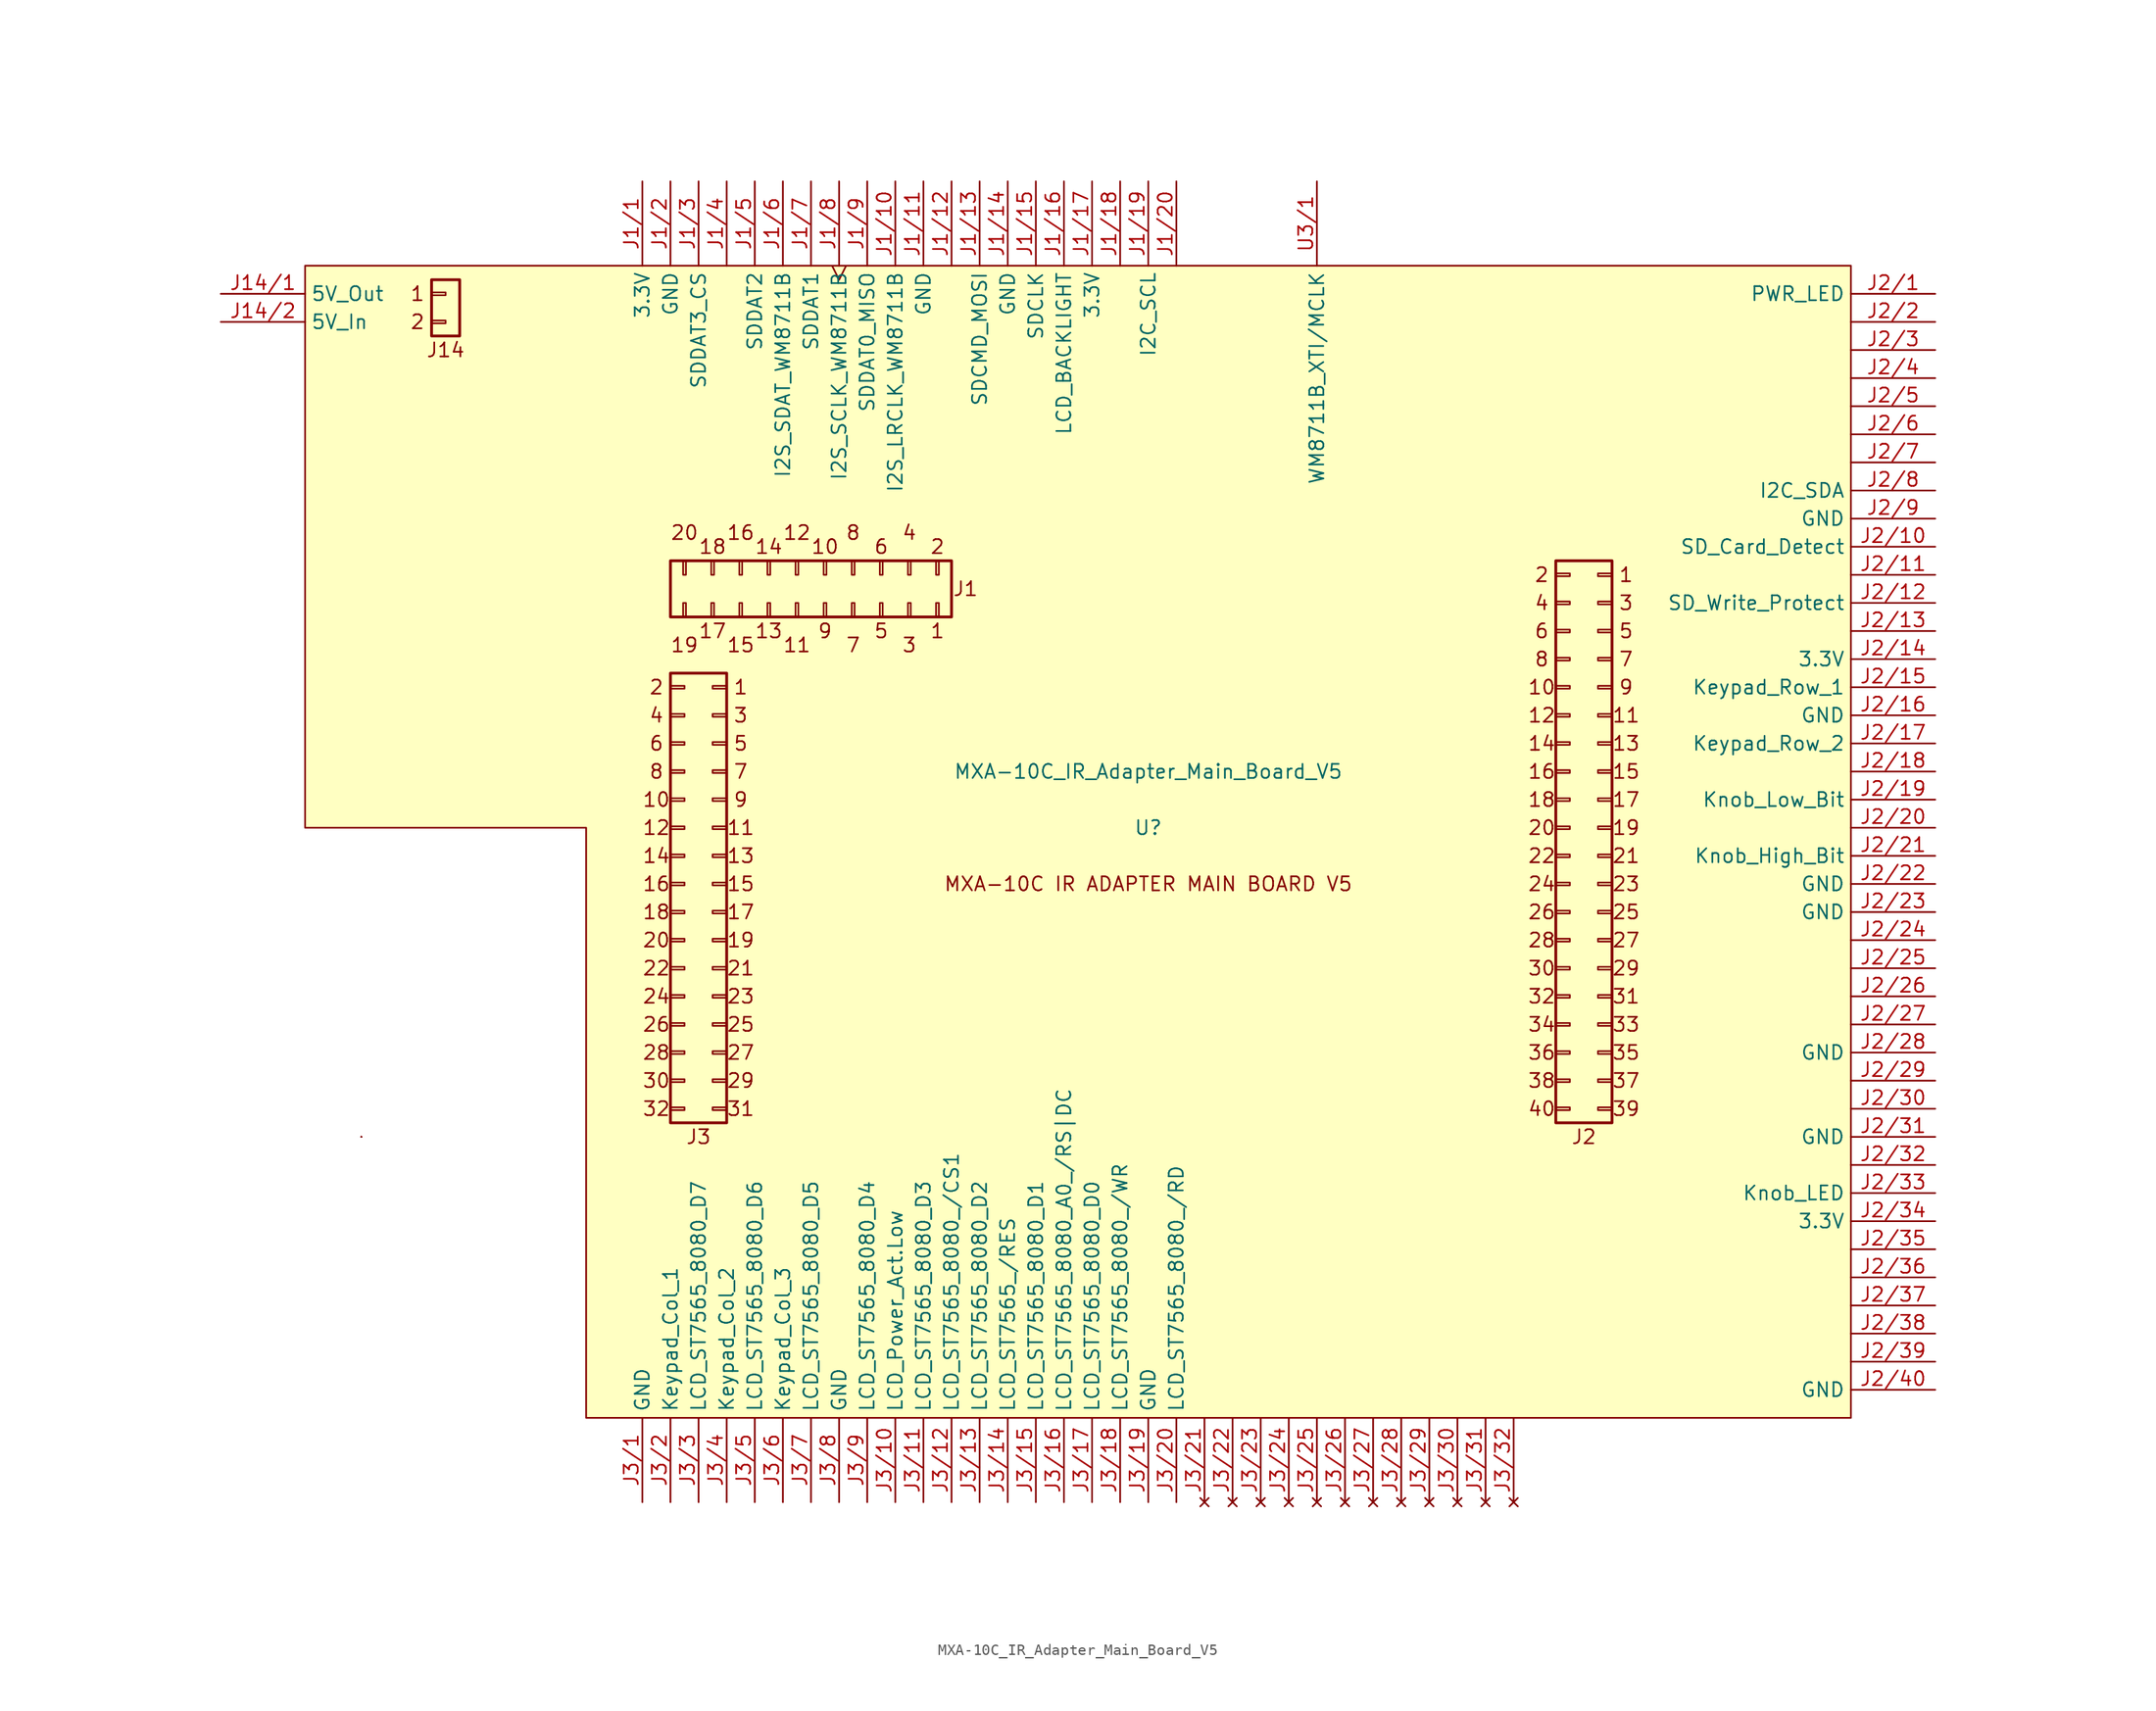
<source format=kicad_sym>
(kicad_symbol_lib
  (version 20211014)
  (generator kicad_symbol_editor)
  (symbol "MXA-10C_IR_Adapter_Main_Board_V5"
    (property "Reference" "U"
      (at 83.82 -58.42 0)
      (effects (font (size 1.27 1.27))))
    (property "Value" "MXA-10C_IR_Adapter_Main_Board_V5"
      (at 83.82 -53.34 0)
      (effects (font (size 1.27 1.27))))
    (symbol "MXA-10C_IR_Adapter_Main_Board_V5_0_0"
      (polyline (pts (xy 12.7 -86.36) (xy 12.7 -86.36)) (stroke (width 0) (type default) (color 0 0 0 0)) (fill (type none)))
      (polyline (pts (xy 12.7 -86.36) (xy 12.7 -86.36)) (stroke (width 0) (type default) (color 0 0 0 0)) (fill (type none)))
      (polyline (pts (xy 12.7 -86.36) (xy 12.7 -86.36)) (stroke (width 0) (type default) (color 0 0 0 0)) (fill (type none)))
      (rectangle (start 12.7 -86.36) (end 12.7 -86.36) (stroke (width 0) (type default) (color 0 0 0 0)) (fill (type none)))
      (rectangle (start 12.7 -86.36) (end 12.7 -86.36) (stroke (width 0) (type default) (color 0 0 0 0)) (fill (type none)))
      (text "1" (at 17.78 -10.16 0) (effects (font (size 1.27 1.27))))
      (text "1" (at 46.99 -45.72 0) (effects (font (size 1.27 1.27))))
      (text "1" (at 64.77 -40.64 0) (effects (font (size 1.27 1.27))))
      (text "1" (at 127 -35.56 0) (effects (font (size 1.27 1.27))))
      (text "10" (at 39.37 -55.88 0) (effects (font (size 1.27 1.27))))
      (text "10" (at 54.61 -33.02 0) (effects (font (size 1.27 1.27))))
      (text "10" (at 119.38 -45.72 0) (effects (font (size 1.27 1.27))))
      (text "11" (at 46.99 -58.42 0) (effects (font (size 1.27 1.27))))
      (text "11" (at 52.07 -41.91 0) (effects (font (size 1.27 1.27))))
      (text "11" (at 127 -48.26 0) (effects (font (size 1.27 1.27))))
      (text "12" (at 39.37 -58.42 0) (effects (font (size 1.27 1.27))))
      (text "12" (at 52.07 -31.75 0) (effects (font (size 1.27 1.27))))
      (text "12" (at 119.38 -48.26 0) (effects (font (size 1.27 1.27))))
      (text "13" (at 46.99 -60.96 0) (effects (font (size 1.27 1.27))))
      (text "13" (at 49.53 -40.64 0) (effects (font (size 1.27 1.27))))
      (text "13" (at 127 -50.8 0) (effects (font (size 1.27 1.27))))
      (text "14" (at 39.37 -60.96 0) (effects (font (size 1.27 1.27))))
      (text "14" (at 49.53 -33.02 0) (effects (font (size 1.27 1.27))))
      (text "14" (at 119.38 -50.8 0) (effects (font (size 1.27 1.27))))
      (text "15" (at 46.99 -63.5 0) (effects (font (size 1.27 1.27))))
      (text "15" (at 46.99 -41.91 0) (effects (font (size 1.27 1.27))))
      (text "15" (at 127 -53.34 0) (effects (font (size 1.27 1.27))))
      (text "16" (at 39.37 -63.5 0) (effects (font (size 1.27 1.27))))
      (text "16" (at 46.99 -31.75 0) (effects (font (size 1.27 1.27))))
      (text "16" (at 119.38 -53.34 0) (effects (font (size 1.27 1.27))))
      (text "17" (at 44.45 -40.64 0) (effects (font (size 1.27 1.27))))
      (text "17" (at 46.99 -66.04 0) (effects (font (size 1.27 1.27))))
      (text "17" (at 127 -55.88 0) (effects (font (size 1.27 1.27))))
      (text "18" (at 39.37 -66.04 0) (effects (font (size 1.27 1.27))))
      (text "18" (at 44.45 -33.02 0) (effects (font (size 1.27 1.27))))
      (text "18" (at 119.38 -55.88 0) (effects (font (size 1.27 1.27))))
      (text "19" (at 41.91 -41.91 0) (effects (font (size 1.27 1.27))))
      (text "19" (at 46.99 -68.58 0) (effects (font (size 1.27 1.27))))
      (text "19" (at 127 -58.42 0) (effects (font (size 1.27 1.27))))
      (text "2" (at 17.78 -12.7 0) (effects (font (size 1.27 1.27))))
      (text "2" (at 39.37 -45.72 0) (effects (font (size 1.27 1.27))))
      (text "2" (at 64.77 -33.02 0) (effects (font (size 1.27 1.27))))
      (text "2" (at 119.38 -35.56 0) (effects (font (size 1.27 1.27))))
      (text "20" (at 39.37 -68.58 0) (effects (font (size 1.27 1.27))))
      (text "20" (at 41.91 -31.75 0) (effects (font (size 1.27 1.27))))
      (text "20" (at 119.38 -58.42 0) (effects (font (size 1.27 1.27))))
      (text "21" (at 46.99 -71.12 0) (effects (font (size 1.27 1.27))))
      (text "21" (at 127 -60.96 0) (effects (font (size 1.27 1.27))))
      (text "22" (at 39.37 -71.12 0) (effects (font (size 1.27 1.27))))
      (text "22" (at 119.38 -60.96 0) (effects (font (size 1.27 1.27))))
      (text "23" (at 46.99 -73.66 0) (effects (font (size 1.27 1.27))))
      (text "23" (at 127 -63.5 0) (effects (font (size 1.27 1.27))))
      (text "24" (at 39.37 -73.66 0) (effects (font (size 1.27 1.27))))
      (text "24" (at 119.38 -63.5 0) (effects (font (size 1.27 1.27))))
      (text "25" (at 46.99 -76.2 0) (effects (font (size 1.27 1.27))))
      (text "25" (at 127 -66.04 0) (effects (font (size 1.27 1.27))))
      (text "26" (at 39.37 -76.2 0) (effects (font (size 1.27 1.27))))
      (text "26" (at 119.38 -66.04 0) (effects (font (size 1.27 1.27))))
      (text "27" (at 46.99 -78.74 0) (effects (font (size 1.27 1.27))))
      (text "27" (at 127 -68.58 0) (effects (font (size 1.27 1.27))))
      (text "28" (at 39.37 -78.74 0) (effects (font (size 1.27 1.27))))
      (text "28" (at 119.38 -68.58 0) (effects (font (size 1.27 1.27))))
      (text "29" (at 46.99 -81.28 0) (effects (font (size 1.27 1.27))))
      (text "29" (at 127 -71.12 0) (effects (font (size 1.27 1.27))))
      (text "3" (at 46.99 -48.26 0) (effects (font (size 1.27 1.27))))
      (text "3" (at 62.23 -41.91 0) (effects (font (size 1.27 1.27))))
      (text "3" (at 127 -38.1 0) (effects (font (size 1.27 1.27))))
      (text "30" (at 39.37 -81.28 0) (effects (font (size 1.27 1.27))))
      (text "30" (at 119.38 -71.12 0) (effects (font (size 1.27 1.27))))
      (text "31" (at 46.99 -83.82 0) (effects (font (size 1.27 1.27))))
      (text "31" (at 127 -73.66 0) (effects (font (size 1.27 1.27))))
      (text "32" (at 39.37 -83.82 0) (effects (font (size 1.27 1.27))))
      (text "32" (at 119.38 -73.66 0) (effects (font (size 1.27 1.27))))
      (text "33" (at 127 -76.2 0) (effects (font (size 1.27 1.27))))
      (text "34" (at 119.38 -76.2 0) (effects (font (size 1.27 1.27))))
      (text "35" (at 127 -78.74 0) (effects (font (size 1.27 1.27))))
      (text "36" (at 119.38 -78.74 0) (effects (font (size 1.27 1.27))))
      (text "37" (at 127 -81.28 0) (effects (font (size 1.27 1.27))))
      (text "38" (at 119.38 -81.28 0) (effects (font (size 1.27 1.27))))
      (text "39" (at 127 -83.82 0) (effects (font (size 1.27 1.27))))
      (text "4" (at 39.37 -48.26 0) (effects (font (size 1.27 1.27))))
      (text "4" (at 62.23 -31.75 0) (effects (font (size 1.27 1.27))))
      (text "4" (at 119.38 -38.1 0) (effects (font (size 1.27 1.27))))
      (text "40" (at 119.38 -83.82 0) (effects (font (size 1.27 1.27))))
      (text "5" (at 46.99 -50.8 0) (effects (font (size 1.27 1.27))))
      (text "5" (at 59.69 -40.64 0) (effects (font (size 1.27 1.27))))
      (text "5" (at 127 -40.64 0) (effects (font (size 1.27 1.27))))
      (text "6" (at 39.37 -50.8 0) (effects (font (size 1.27 1.27))))
      (text "6" (at 59.69 -33.02 0) (effects (font (size 1.27 1.27))))
      (text "6" (at 119.38 -40.64 0) (effects (font (size 1.27 1.27))))
      (text "7" (at 46.99 -53.34 0) (effects (font (size 1.27 1.27))))
      (text "7" (at 57.15 -41.91 0) (effects (font (size 1.27 1.27))))
      (text "7" (at 127 -43.18 0) (effects (font (size 1.27 1.27))))
      (text "8" (at 39.37 -53.34 0) (effects (font (size 1.27 1.27))))
      (text "8" (at 57.15 -31.75 0) (effects (font (size 1.27 1.27))))
      (text "8" (at 119.38 -43.18 0) (effects (font (size 1.27 1.27))))
      (text "9" (at 46.99 -55.88 0) (effects (font (size 1.27 1.27))))
      (text "9" (at 54.61 -40.64 0) (effects (font (size 1.27 1.27))))
      (text "9" (at 127 -45.72 0) (effects (font (size 1.27 1.27))))
      (text "J1" (at 67.31 -36.83 0) (effects (font (size 1.27 1.27))))
      (text "J14" (at 20.32 -15.24 0) (effects (font (size 1.27 1.27))))
      (text "J2" (at 123.19 -86.36 0) (effects (font (size 1.27 1.27))))
      (text "J3" (at 43.18 -86.36 0) (effects (font (size 1.27 1.27))))
      (text "MXA-10C IR ADAPTER MAIN BOARD V5" (at 83.82 -63.5 0) (effects (font (size 1.27 1.27))))
      (pin input line (at 60.96 0 270) (length 7.62) (name "I2S_LRCLK_WM8711B" (effects (font (size 1.27 1.27)))) (number "J1/10" (effects (font (size 1.27 1.27)))))
      (pin power_out line (at 63.5 0 270) (length 7.62) (name "GND" (effects (font (size 1.27 1.27)))) (number "J1/11" (effects (font (size 1.27 1.27)))))
      (pin unspecified line (at 66.04 0 270) (length 7.62) (name "" (effects (font (size 1.27 1.27)))) (number "J1/12" (effects (font (size 1.27 1.27)))))
      (pin input line (at 68.58 0 270) (length 7.62) (name "SDCMD_MOSI" (effects (font (size 1.27 1.27)))) (number "J1/13" (effects (font (size 1.27 1.27)))))
      (pin power_out line (at 71.12 0 270) (length 7.62) (name "GND" (effects (font (size 1.27 1.27)))) (number "J1/14" (effects (font (size 1.27 1.27)))))
      (pin input line (at 73.66 0 270) (length 7.62) (name "SDCLK" (effects (font (size 1.27 1.27)))) (number "J1/15" (effects (font (size 1.27 1.27)))))
      (pin input line (at 76.2 0 270) (length 7.62) (name "LCD_BACKLIGHT" (effects (font (size 1.27 1.27)))) (number "J1/16" (effects (font (size 1.27 1.27)))))
      (pin power_out line (at 78.74 0 270) (length 7.62) (name "3.3V" (effects (font (size 1.27 1.27)))) (number "J1/17" (effects (font (size 1.27 1.27)))))
      (pin unspecified line (at 81.28 0 270) (length 7.62) (name "" (effects (font (size 1.27 1.27)))) (number "J1/18" (effects (font (size 1.27 1.27)))))
      (pin input line (at 83.82 0 270) (length 7.62) (name "I2C_SCL" (effects (font (size 1.27 1.27)))) (number "J1/19" (effects (font (size 1.27 1.27)))))
      (pin power_out line (at 40.64 0 270) (length 7.62) (name "GND" (effects (font (size 1.27 1.27)))) (number "J1/2" (effects (font (size 1.27 1.27)))))
      (pin unspecified line (at 86.36 0 270) (length 7.62) (name "" (effects (font (size 1.27 1.27)))) (number "J1/20" (effects (font (size 1.27 1.27)))))
      (pin input line (at 43.18 0 270) (length 7.62) (name "SDDAT3_CS" (effects (font (size 1.27 1.27)))) (number "J1/3" (effects (font (size 1.27 1.27)))))
      (pin unspecified line (at 45.72 0 270) (length 7.62) (name "" (effects (font (size 1.27 1.27)))) (number "J1/4" (effects (font (size 1.27 1.27)))))
      (pin unspecified line (at 48.26 0 270) (length 7.62) (name "SDDAT2" (effects (font (size 1.27 1.27)))) (number "J1/5" (effects (font (size 1.27 1.27)))))
      (pin unspecified line (at 50.8 0 270) (length 7.62) (name "I2S_SDAT_WM8711B" (effects (font (size 1.27 1.27)))) (number "J1/6" (effects (font (size 1.27 1.27)))))
      (pin unspecified line (at 53.34 0 270) (length 7.62) (name "SDDAT1" (effects (font (size 1.27 1.27)))) (number "J1/7" (effects (font (size 1.27 1.27)))))
      (pin bidirectional clock (at 55.88 0 270) (length 7.62) (name "I2S_SCLK_WM8711B" (effects (font (size 1.27 1.27)))) (number "J1/8" (effects (font (size 1.27 1.27)))))
      (pin output line (at 58.42 0 270) (length 7.62) (name "SDDAT0_MISO" (effects (font (size 1.27 1.27)))) (number "J1/9" (effects (font (size 1.27 1.27)))))
      (pin power_out line (at 0 -10.16 0) (length 7.62) (name "5V_Out" (effects (font (size 1.27 1.27)))) (number "J14/1" (effects (font (size 1.27 1.27)))))
      (pin power_in line (at 0 -12.7 0) (length 7.62) (name "5V_In" (effects (font (size 1.27 1.27)))) (number "J14/2" (effects (font (size 1.27 1.27)))))
      (pin output line (at 154.94 -10.16 180) (length 7.62) (name "PWR_LED" (effects (font (size 1.27 1.27)))) (number "J2/1" (effects (font (size 1.27 1.27)))))
      (pin output line (at 154.94 -33.02 180) (length 7.62) (name "SD_Card_Detect" (effects (font (size 1.27 1.27)))) (number "J2/10" (effects (font (size 1.27 1.27)))))
      (pin unspecified line (at 154.94 -35.56 180) (length 7.62) (name "" (effects (font (size 1.27 1.27)))) (number "J2/11" (effects (font (size 1.27 1.27)))))
      (pin output line (at 154.94 -38.1 180) (length 7.62) (name "SD_Write_Protect" (effects (font (size 1.27 1.27)))) (number "J2/12" (effects (font (size 1.27 1.27)))))
      (pin unspecified line (at 154.94 -40.64 180) (length 7.62) (name "" (effects (font (size 1.27 1.27)))) (number "J2/13" (effects (font (size 1.27 1.27)))))
      (pin power_out line (at 154.94 -43.18 180) (length 7.62) (name "3.3V" (effects (font (size 1.27 1.27)))) (number "J2/14" (effects (font (size 1.27 1.27)))))
      (pin bidirectional line (at 154.94 -45.72 180) (length 7.62) (name "Keypad_Row_1" (effects (font (size 1.27 1.27)))) (number "J2/15" (effects (font (size 1.27 1.27)))))
      (pin power_out line (at 154.94 -48.26 180) (length 7.62) (name "GND" (effects (font (size 1.27 1.27)))) (number "J2/16" (effects (font (size 1.27 1.27)))))
      (pin bidirectional line (at 154.94 -50.8 180) (length 7.62) (name "Keypad_Row_2" (effects (font (size 1.27 1.27)))) (number "J2/17" (effects (font (size 1.27 1.27)))))
      (pin unspecified line (at 154.94 -53.34 180) (length 7.62) (name "" (effects (font (size 1.27 1.27)))) (number "J2/18" (effects (font (size 1.27 1.27)))))
      (pin output line (at 154.94 -55.88 180) (length 7.62) (name "Knob_Low_Bit" (effects (font (size 1.27 1.27)))) (number "J2/19" (effects (font (size 1.27 1.27)))))
      (pin unspecified line (at 154.94 -12.7 180) (length 7.62) (name "" (effects (font (size 1.27 1.27)))) (number "J2/2" (effects (font (size 1.27 1.27)))))
      (pin unspecified line (at 154.94 -58.42 180) (length 7.62) (name "" (effects (font (size 1.27 1.27)))) (number "J2/20" (effects (font (size 1.27 1.27)))))
      (pin output line (at 154.94 -60.96 180) (length 7.62) (name "Knob_High_Bit" (effects (font (size 1.27 1.27)))) (number "J2/21" (effects (font (size 1.27 1.27)))))
      (pin power_out line (at 154.94 -63.5 180) (length 7.62) (name "GND" (effects (font (size 1.27 1.27)))) (number "J2/22" (effects (font (size 1.27 1.27)))))
      (pin power_out line (at 154.94 -66.04 180) (length 7.62) (name "GND" (effects (font (size 1.27 1.27)))) (number "J2/23" (effects (font (size 1.27 1.27)))))
      (pin unspecified line (at 154.94 -68.58 180) (length 7.62) (name "" (effects (font (size 1.27 1.27)))) (number "J2/24" (effects (font (size 1.27 1.27)))))
      (pin unspecified line (at 154.94 -71.12 180) (length 7.62) (name "" (effects (font (size 1.27 1.27)))) (number "J2/25" (effects (font (size 1.27 1.27)))))
      (pin unspecified line (at 154.94 -73.66 180) (length 7.62) (name "" (effects (font (size 1.27 1.27)))) (number "J2/26" (effects (font (size 1.27 1.27)))))
      (pin unspecified line (at 154.94 -76.2 180) (length 7.62) (name "" (effects (font (size 1.27 1.27)))) (number "J2/27" (effects (font (size 1.27 1.27)))))
      (pin unspecified line (at 154.94 -78.74 180) (length 7.62) (name "GND" (effects (font (size 1.27 1.27)))) (number "J2/28" (effects (font (size 1.27 1.27)))))
      (pin unspecified line (at 154.94 -81.28 180) (length 7.62) (name "" (effects (font (size 1.27 1.27)))) (number "J2/29" (effects (font (size 1.27 1.27)))))
      (pin unspecified line (at 154.94 -15.24 180) (length 7.62) (name "" (effects (font (size 1.27 1.27)))) (number "J2/3" (effects (font (size 1.27 1.27)))))
      (pin unspecified line (at 154.94 -83.82 180) (length 7.62) (name "" (effects (font (size 1.27 1.27)))) (number "J2/30" (effects (font (size 1.27 1.27)))))
      (pin power_out line (at 154.94 -86.36 180) (length 7.62) (name "GND" (effects (font (size 1.27 1.27)))) (number "J2/31" (effects (font (size 1.27 1.27)))))
      (pin unspecified line (at 154.94 -88.9 180) (length 7.62) (name "" (effects (font (size 1.27 1.27)))) (number "J2/32" (effects (font (size 1.27 1.27)))))
      (pin input line (at 154.94 -91.44 180) (length 7.62) (name "Knob_LED" (effects (font (size 1.27 1.27)))) (number "J2/33" (effects (font (size 1.27 1.27)))))
      (pin power_out line (at 154.94 -93.98 180) (length 7.62) (name "3.3V" (effects (font (size 1.27 1.27)))) (number "J2/34" (effects (font (size 1.27 1.27)))))
      (pin unspecified line (at 154.94 -96.52 180) (length 7.62) (name "" (effects (font (size 1.27 1.27)))) (number "J2/35" (effects (font (size 1.27 1.27)))))
      (pin unspecified line (at 154.94 -99.06 180) (length 7.62) (name "" (effects (font (size 1.27 1.27)))) (number "J2/36" (effects (font (size 1.27 1.27)))))
      (pin unspecified line (at 154.94 -101.6 180) (length 7.62) (name "" (effects (font (size 1.27 1.27)))) (number "J2/37" (effects (font (size 1.27 1.27)))))
      (pin unspecified line (at 154.94 -104.14 180) (length 7.62) (name "" (effects (font (size 1.27 1.27)))) (number "J2/38" (effects (font (size 1.27 1.27)))))
      (pin unspecified line (at 154.94 -106.68 180) (length 7.62) (name "" (effects (font (size 1.27 1.27)))) (number "J2/39" (effects (font (size 1.27 1.27)))))
      (pin unspecified line (at 154.94 -17.78 180) (length 7.62) (name "" (effects (font (size 1.27 1.27)))) (number "J2/4" (effects (font (size 1.27 1.27)))))
      (pin power_out line (at 154.94 -109.22 180) (length 7.62) (name "GND" (effects (font (size 1.27 1.27)))) (number "J2/40" (effects (font (size 1.27 1.27)))))
      (pin unspecified line (at 154.94 -20.32 180) (length 7.62) (name "" (effects (font (size 1.27 1.27)))) (number "J2/5" (effects (font (size 1.27 1.27)))))
      (pin unspecified line (at 154.94 -22.86 180) (length 7.62) (name "" (effects (font (size 1.27 1.27)))) (number "J2/6" (effects (font (size 1.27 1.27)))))
      (pin unspecified line (at 154.94 -25.4 180) (length 7.62) (name "" (effects (font (size 1.27 1.27)))) (number "J2/7" (effects (font (size 1.27 1.27)))))
      (pin bidirectional line (at 154.94 -27.94 180) (length 7.62) (name "I2C_SDA" (effects (font (size 1.27 1.27)))) (number "J2/8" (effects (font (size 1.27 1.27)))))
      (pin power_out line (at 154.94 -30.48 180) (length 7.62) (name "GND" (effects (font (size 1.27 1.27)))) (number "J2/9" (effects (font (size 1.27 1.27)))))
      (pin power_out line (at 38.1 -119.38 90) (length 7.62) (name "GND" (effects (font (size 1.27 1.27)))) (number "J3/1" (effects (font (size 1.27 1.27)))))
      (pin input line (at 60.96 -119.38 90) (length 7.62) (name "LCD_Power_Act.Low" (effects (font (size 1.27 1.27)))) (number "J3/10" (effects (font (size 1.27 1.27)))))
      (pin input line (at 63.5 -119.38 90) (length 7.62) (name "LCD_ST7565_8080_D3" (effects (font (size 1.27 1.27)))) (number "J3/11" (effects (font (size 1.27 1.27)))))
      (pin input line (at 66.04 -119.38 90) (length 7.62) (name "LCD_ST7565_8080_/CS1" (effects (font (size 1.27 1.27)))) (number "J3/12" (effects (font (size 1.27 1.27)))))
      (pin input line (at 68.58 -119.38 90) (length 7.62) (name "LCD_ST7565_8080_D2" (effects (font (size 1.27 1.27)))) (number "J3/13" (effects (font (size 1.27 1.27)))))
      (pin input line (at 71.12 -119.38 90) (length 7.62) (name "LCD_ST7565_/RES" (effects (font (size 1.27 1.27)))) (number "J3/14" (effects (font (size 1.27 1.27)))))
      (pin input line (at 73.66 -119.38 90) (length 7.62) (name "LCD_ST7565_8080_D1" (effects (font (size 1.27 1.27)))) (number "J3/15" (effects (font (size 1.27 1.27)))))
      (pin input line (at 76.2 -119.38 90) (length 7.62) (name "LCD_ST7565_8080_A0_/RS|DC" (effects (font (size 1.27 1.27)))) (number "J3/16" (effects (font (size 1.27 1.27)))))
      (pin input line (at 78.74 -119.38 90) (length 7.62) (name "LCD_ST7565_8080_D0" (effects (font (size 1.27 1.27)))) (number "J3/17" (effects (font (size 1.27 1.27)))))
      (pin input line (at 81.28 -119.38 90) (length 7.62) (name "LCD_ST7565_8080_/WR" (effects (font (size 1.27 1.27)))) (number "J3/18" (effects (font (size 1.27 1.27)))))
      (pin power_out line (at 83.82 -119.38 90) (length 7.62) (name "GND" (effects (font (size 1.27 1.27)))) (number "J3/19" (effects (font (size 1.27 1.27)))))
      (pin bidirectional line (at 40.64 -119.38 90) (length 7.62) (name "Keypad_Col_1" (effects (font (size 1.27 1.27)))) (number "J3/2" (effects (font (size 1.27 1.27)))))
      (pin input line (at 86.36 -119.38 90) (length 7.62) (name "LCD_ST7565_8080_/RD" (effects (font (size 1.27 1.27)))) (number "J3/20" (effects (font (size 1.27 1.27)))))
      (pin no_connect line (at 88.9 -119.38 90) (length 7.62) (name "" (effects (font (size 1.27 1.27)))) (number "J3/21" (effects (font (size 1.27 1.27)))))
      (pin no_connect line (at 91.44 -119.38 90) (length 7.62) (name "" (effects (font (size 1.27 1.27)))) (number "J3/22" (effects (font (size 1.27 1.27)))))
      (pin no_connect line (at 93.98 -119.38 90) (length 7.62) (name "" (effects (font (size 1.27 1.27)))) (number "J3/23" (effects (font (size 1.27 1.27)))))
      (pin no_connect line (at 96.52 -119.38 90) (length 7.62) (name "" (effects (font (size 1.27 1.27)))) (number "J3/24" (effects (font (size 1.27 1.27)))))
      (pin no_connect line (at 99.06 -119.38 90) (length 7.62) (name "" (effects (font (size 1.27 1.27)))) (number "J3/25" (effects (font (size 1.27 1.27)))))
      (pin no_connect line (at 101.6 -119.38 90) (length 7.62) (name "" (effects (font (size 1.27 1.27)))) (number "J3/26" (effects (font (size 1.27 1.27)))))
      (pin no_connect line (at 104.14 -119.38 90) (length 7.62) (name "" (effects (font (size 1.27 1.27)))) (number "J3/27" (effects (font (size 1.27 1.27)))))
      (pin no_connect line (at 106.68 -119.38 90) (length 7.62) (name "" (effects (font (size 1.27 1.27)))) (number "J3/28" (effects (font (size 1.27 1.27)))))
      (pin no_connect line (at 109.22 -119.38 90) (length 7.62) (name "" (effects (font (size 1.27 1.27)))) (number "J3/29" (effects (font (size 1.27 1.27)))))
      (pin input line (at 43.18 -119.38 90) (length 7.62) (name "LCD_ST7565_8080_D7" (effects (font (size 1.27 1.27)))) (number "J3/3" (effects (font (size 1.27 1.27)))))
      (pin no_connect line (at 111.76 -119.38 90) (length 7.62) (name "" (effects (font (size 1.27 1.27)))) (number "J3/30" (effects (font (size 1.27 1.27)))))
      (pin no_connect line (at 114.3 -119.38 90) (length 7.62) (name "" (effects (font (size 1.27 1.27)))) (number "J3/31" (effects (font (size 1.27 1.27)))))
      (pin no_connect line (at 116.84 -119.38 90) (length 7.62) (name "" (effects (font (size 1.27 1.27)))) (number "J3/32" (effects (font (size 1.27 1.27)))))
      (pin bidirectional line (at 45.72 -119.38 90) (length 7.62) (name "Keypad_Col_2" (effects (font (size 1.27 1.27)))) (number "J3/4" (effects (font (size 1.27 1.27)))))
      (pin input line (at 48.26 -119.38 90) (length 7.62) (name "LCD_ST7565_8080_D6" (effects (font (size 1.27 1.27)))) (number "J3/5" (effects (font (size 1.27 1.27)))))
      (pin bidirectional line (at 50.8 -119.38 90) (length 7.62) (name "Keypad_Col_3" (effects (font (size 1.27 1.27)))) (number "J3/6" (effects (font (size 1.27 1.27)))))
      (pin input line (at 53.34 -119.38 90) (length 7.62) (name "LCD_ST7565_8080_D5" (effects (font (size 1.27 1.27)))) (number "J3/7" (effects (font (size 1.27 1.27)))))
      (pin power_out line (at 55.88 -119.38 90) (length 7.62) (name "GND" (effects (font (size 1.27 1.27)))) (number "J3/8" (effects (font (size 1.27 1.27)))))
      (pin input line (at 58.42 -119.38 90) (length 7.62) (name "LCD_ST7565_8080_D4" (effects (font (size 1.27 1.27)))) (number "J3/9" (effects (font (size 1.27 1.27)))))
      (pin input line (at 99.06 0 270) (length 7.62) (name "WM8711B_XTI/MCLK" (effects (font (size 1.27 1.27)))) (number "U3/1" (effects (font (size 1.27 1.27))))))
    (symbol "MXA-10C_IR_Adapter_Main_Board_V5_0_1"
      (polyline (pts (xy 7.62 -7.62) (xy 147.32 -7.62) (xy 147.32 -111.76) (xy 33.02 -111.76) (xy 33.02 -58.42) (xy 7.62 -58.42) (xy 7.62 -7.62) (xy 7.62 -58.42)) (stroke (width 0) (type default) (color 0 0 0 0)) (fill (type background))))
    (symbol "MXA-10C_IR_Adapter_Main_Board_V5_1_1"
      (rectangle (start 19.05 -12.573) (end 20.32 -12.827) (stroke (width 0.152) (type default) (color 0 0 0 0)) (fill (type none)))
      (rectangle (start 19.05 -10.033) (end 20.32 -10.287) (stroke (width 0.152) (type default) (color 0 0 0 0)) (fill (type none)))
      (rectangle (start 19.05 -8.89) (end 21.59 -13.97) (stroke (width 0.254) (type default) (color 0 0 0 0)) (fill (type background)))
      (rectangle (start 40.64 -83.693) (end 41.91 -83.947) (stroke (width 0.152) (type default) (color 0 0 0 0)) (fill (type none)))
      (rectangle (start 40.64 -81.153) (end 41.91 -81.407) (stroke (width 0.152) (type default) (color 0 0 0 0)) (fill (type none)))
      (rectangle (start 40.64 -78.613) (end 41.91 -78.867) (stroke (width 0.152) (type default) (color 0 0 0 0)) (fill (type none)))
      (rectangle (start 40.64 -76.073) (end 41.91 -76.327) (stroke (width 0.152) (type default) (color 0 0 0 0)) (fill (type none)))
      (rectangle (start 40.64 -73.533) (end 41.91 -73.787) (stroke (width 0.152) (type default) (color 0 0 0 0)) (fill (type none)))
      (rectangle (start 40.64 -70.993) (end 41.91 -71.247) (stroke (width 0.152) (type default) (color 0 0 0 0)) (fill (type none)))
      (rectangle (start 40.64 -68.453) (end 41.91 -68.707) (stroke (width 0.152) (type default) (color 0 0 0 0)) (fill (type none)))
      (rectangle (start 40.64 -65.913) (end 41.91 -66.167) (stroke (width 0.152) (type default) (color 0 0 0 0)) (fill (type none)))
      (rectangle (start 40.64 -63.373) (end 41.91 -63.627) (stroke (width 0.152) (type default) (color 0 0 0 0)) (fill (type none)))
      (rectangle (start 40.64 -60.833) (end 41.91 -61.087) (stroke (width 0.152) (type default) (color 0 0 0 0)) (fill (type none)))
      (rectangle (start 40.64 -58.293) (end 41.91 -58.547) (stroke (width 0.152) (type default) (color 0 0 0 0)) (fill (type none)))
      (rectangle (start 40.64 -55.753) (end 41.91 -56.007) (stroke (width 0.152) (type default) (color 0 0 0 0)) (fill (type none)))
      (rectangle (start 40.64 -53.213) (end 41.91 -53.467) (stroke (width 0.152) (type default) (color 0 0 0 0)) (fill (type none)))
      (rectangle (start 40.64 -50.673) (end 41.91 -50.927) (stroke (width 0.152) (type default) (color 0 0 0 0)) (fill (type none)))
      (rectangle (start 40.64 -48.133) (end 41.91 -48.387) (stroke (width 0.152) (type default) (color 0 0 0 0)) (fill (type none)))
      (rectangle (start 40.64 -45.593) (end 41.91 -45.847) (stroke (width 0.152) (type default) (color 0 0 0 0)) (fill (type none)))
      (rectangle (start 40.64 -44.45) (end 45.72 -85.09) (stroke (width 0.254) (type default) (color 0 0 0 0)) (fill (type background)))
      (rectangle (start 40.64 -34.29) (end 66.04 -39.37) (stroke (width 0.254) (type default) (color 0 0 0 0)) (fill (type background)))
      (rectangle (start 42.037 -39.37) (end 41.783 -38.1) (stroke (width 0.152) (type default) (color 0 0 0 0)) (fill (type none)))
      (rectangle (start 42.037 -34.29) (end 41.783 -35.56) (stroke (width 0.152) (type default) (color 0 0 0 0)) (fill (type none)))
      (rectangle (start 44.577 -39.37) (end 44.323 -38.1) (stroke (width 0.152) (type default) (color 0 0 0 0)) (fill (type none)))
      (rectangle (start 44.577 -34.29) (end 44.323 -35.56) (stroke (width 0.152) (type default) (color 0 0 0 0)) (fill (type none)))
      (rectangle (start 45.72 -83.693) (end 44.45 -83.947) (stroke (width 0.152) (type default) (color 0 0 0 0)) (fill (type none)))
      (rectangle (start 45.72 -81.153) (end 44.45 -81.407) (stroke (width 0.152) (type default) (color 0 0 0 0)) (fill (type none)))
      (rectangle (start 45.72 -78.613) (end 44.45 -78.867) (stroke (width 0.152) (type default) (color 0 0 0 0)) (fill (type none)))
      (rectangle (start 45.72 -76.073) (end 44.45 -76.327) (stroke (width 0.152) (type default) (color 0 0 0 0)) (fill (type none)))
      (rectangle (start 45.72 -73.533) (end 44.45 -73.787) (stroke (width 0.152) (type default) (color 0 0 0 0)) (fill (type none)))
      (rectangle (start 45.72 -70.993) (end 44.45 -71.247) (stroke (width 0.152) (type default) (color 0 0 0 0)) (fill (type none)))
      (rectangle (start 45.72 -68.453) (end 44.45 -68.707) (stroke (width 0.152) (type default) (color 0 0 0 0)) (fill (type none)))
      (rectangle (start 45.72 -65.913) (end 44.45 -66.167) (stroke (width 0.152) (type default) (color 0 0 0 0)) (fill (type none)))
      (rectangle (start 45.72 -63.373) (end 44.45 -63.627) (stroke (width 0.152) (type default) (color 0 0 0 0)) (fill (type none)))
      (rectangle (start 45.72 -60.833) (end 44.45 -61.087) (stroke (width 0.152) (type default) (color 0 0 0 0)) (fill (type none)))
      (rectangle (start 45.72 -58.293) (end 44.45 -58.547) (stroke (width 0.152) (type default) (color 0 0 0 0)) (fill (type none)))
      (rectangle (start 45.72 -55.753) (end 44.45 -56.007) (stroke (width 0.152) (type default) (color 0 0 0 0)) (fill (type none)))
      (rectangle (start 45.72 -53.213) (end 44.45 -53.467) (stroke (width 0.152) (type default) (color 0 0 0 0)) (fill (type none)))
      (rectangle (start 45.72 -50.673) (end 44.45 -50.927) (stroke (width 0.152) (type default) (color 0 0 0 0)) (fill (type none)))
      (rectangle (start 45.72 -48.133) (end 44.45 -48.387) (stroke (width 0.152) (type default) (color 0 0 0 0)) (fill (type none)))
      (rectangle (start 45.72 -45.593) (end 44.45 -45.847) (stroke (width 0.152) (type default) (color 0 0 0 0)) (fill (type none)))
      (rectangle (start 47.117 -39.37) (end 46.863 -38.1) (stroke (width 0.152) (type default) (color 0 0 0 0)) (fill (type none)))
      (rectangle (start 47.117 -34.29) (end 46.863 -35.56) (stroke (width 0.152) (type default) (color 0 0 0 0)) (fill (type none)))
      (rectangle (start 49.657 -39.37) (end 49.403 -38.1) (stroke (width 0.152) (type default) (color 0 0 0 0)) (fill (type none)))
      (rectangle (start 49.657 -34.29) (end 49.403 -35.56) (stroke (width 0.152) (type default) (color 0 0 0 0)) (fill (type none)))
      (rectangle (start 52.197 -39.37) (end 51.943 -38.1) (stroke (width 0.152) (type default) (color 0 0 0 0)) (fill (type none)))
      (rectangle (start 52.197 -34.29) (end 51.943 -35.56) (stroke (width 0.152) (type default) (color 0 0 0 0)) (fill (type none)))
      (rectangle (start 54.737 -39.37) (end 54.483 -38.1) (stroke (width 0.152) (type default) (color 0 0 0 0)) (fill (type none)))
      (rectangle (start 54.737 -34.29) (end 54.483 -35.56) (stroke (width 0.152) (type default) (color 0 0 0 0)) (fill (type none)))
      (rectangle (start 57.277 -39.37) (end 57.023 -38.1) (stroke (width 0.152) (type default) (color 0 0 0 0)) (fill (type none)))
      (rectangle (start 57.277 -34.29) (end 57.023 -35.56) (stroke (width 0.152) (type default) (color 0 0 0 0)) (fill (type none)))
      (rectangle (start 59.817 -39.37) (end 59.563 -38.1) (stroke (width 0.152) (type default) (color 0 0 0 0)) (fill (type none)))
      (rectangle (start 59.817 -34.29) (end 59.563 -35.56) (stroke (width 0.152) (type default) (color 0 0 0 0)) (fill (type none)))
      (rectangle (start 62.357 -39.37) (end 62.103 -38.1) (stroke (width 0.152) (type default) (color 0 0 0 0)) (fill (type none)))
      (rectangle (start 62.357 -34.29) (end 62.103 -35.56) (stroke (width 0.152) (type default) (color 0 0 0 0)) (fill (type none)))
      (rectangle (start 64.897 -39.37) (end 64.643 -38.1) (stroke (width 0.152) (type default) (color 0 0 0 0)) (fill (type none)))
      (rectangle (start 64.897 -34.29) (end 64.643 -35.56) (stroke (width 0.152) (type default) (color 0 0 0 0)) (fill (type none)))
      (rectangle (start 120.65 -83.693) (end 121.92 -83.947) (stroke (width 0.152) (type default) (color 0 0 0 0)) (fill (type none)))
      (rectangle (start 120.65 -81.153) (end 121.92 -81.407) (stroke (width 0.152) (type default) (color 0 0 0 0)) (fill (type none)))
      (rectangle (start 120.65 -78.613) (end 121.92 -78.867) (stroke (width 0.152) (type default) (color 0 0 0 0)) (fill (type none)))
      (rectangle (start 120.65 -76.073) (end 121.92 -76.327) (stroke (width 0.152) (type default) (color 0 0 0 0)) (fill (type none)))
      (rectangle (start 120.65 -73.533) (end 121.92 -73.787) (stroke (width 0.152) (type default) (color 0 0 0 0)) (fill (type none)))
      (rectangle (start 120.65 -70.993) (end 121.92 -71.247) (stroke (width 0.152) (type default) (color 0 0 0 0)) (fill (type none)))
      (rectangle (start 120.65 -68.453) (end 121.92 -68.707) (stroke (width 0.152) (type default) (color 0 0 0 0)) (fill (type none)))
      (rectangle (start 120.65 -65.913) (end 121.92 -66.167) (stroke (width 0.152) (type default) (color 0 0 0 0)) (fill (type none)))
      (rectangle (start 120.65 -63.373) (end 121.92 -63.627) (stroke (width 0.152) (type default) (color 0 0 0 0)) (fill (type none)))
      (rectangle (start 120.65 -60.833) (end 121.92 -61.087) (stroke (width 0.152) (type default) (color 0 0 0 0)) (fill (type none)))
      (rectangle (start 120.65 -58.293) (end 121.92 -58.547) (stroke (width 0.152) (type default) (color 0 0 0 0)) (fill (type none)))
      (rectangle (start 120.65 -55.753) (end 121.92 -56.007) (stroke (width 0.152) (type default) (color 0 0 0 0)) (fill (type none)))
      (rectangle (start 120.65 -53.213) (end 121.92 -53.467) (stroke (width 0.152) (type default) (color 0 0 0 0)) (fill (type none)))
      (rectangle (start 120.65 -50.673) (end 121.92 -50.927) (stroke (width 0.152) (type default) (color 0 0 0 0)) (fill (type none)))
      (rectangle (start 120.65 -48.133) (end 121.92 -48.387) (stroke (width 0.152) (type default) (color 0 0 0 0)) (fill (type none)))
      (rectangle (start 120.65 -45.593) (end 121.92 -45.847) (stroke (width 0.152) (type default) (color 0 0 0 0)) (fill (type none)))
      (rectangle (start 120.65 -43.053) (end 121.92 -43.307) (stroke (width 0.152) (type default) (color 0 0 0 0)) (fill (type none)))
      (rectangle (start 120.65 -40.513) (end 121.92 -40.767) (stroke (width 0.152) (type default) (color 0 0 0 0)) (fill (type none)))
      (rectangle (start 120.65 -37.973) (end 121.92 -38.227) (stroke (width 0.152) (type default) (color 0 0 0 0)) (fill (type none)))
      (rectangle (start 120.65 -35.433) (end 121.92 -35.687) (stroke (width 0.152) (type default) (color 0 0 0 0)) (fill (type none)))
      (rectangle (start 120.65 -34.29) (end 125.73 -85.09) (stroke (width 0.254) (type default) (color 0 0 0 0)) (fill (type background)))
      (rectangle (start 125.73 -83.693) (end 124.46 -83.947) (stroke (width 0.152) (type default) (color 0 0 0 0)) (fill (type none)))
      (rectangle (start 125.73 -81.153) (end 124.46 -81.407) (stroke (width 0.152) (type default) (color 0 0 0 0)) (fill (type none)))
      (rectangle (start 125.73 -78.613) (end 124.46 -78.867) (stroke (width 0.152) (type default) (color 0 0 0 0)) (fill (type none)))
      (rectangle (start 125.73 -76.073) (end 124.46 -76.327) (stroke (width 0.152) (type default) (color 0 0 0 0)) (fill (type none)))
      (rectangle (start 125.73 -73.533) (end 124.46 -73.787) (stroke (width 0.152) (type default) (color 0 0 0 0)) (fill (type none)))
      (rectangle (start 125.73 -70.993) (end 124.46 -71.247) (stroke (width 0.152) (type default) (color 0 0 0 0)) (fill (type none)))
      (rectangle (start 125.73 -68.453) (end 124.46 -68.707) (stroke (width 0.152) (type default) (color 0 0 0 0)) (fill (type none)))
      (rectangle (start 125.73 -65.913) (end 124.46 -66.167) (stroke (width 0.152) (type default) (color 0 0 0 0)) (fill (type none)))
      (rectangle (start 125.73 -63.373) (end 124.46 -63.627) (stroke (width 0.152) (type default) (color 0 0 0 0)) (fill (type none)))
      (rectangle (start 125.73 -60.833) (end 124.46 -61.087) (stroke (width 0.152) (type default) (color 0 0 0 0)) (fill (type none)))
      (rectangle (start 125.73 -58.293) (end 124.46 -58.547) (stroke (width 0.152) (type default) (color 0 0 0 0)) (fill (type none)))
      (rectangle (start 125.73 -55.753) (end 124.46 -56.007) (stroke (width 0.152) (type default) (color 0 0 0 0)) (fill (type none)))
      (rectangle (start 125.73 -53.213) (end 124.46 -53.467) (stroke (width 0.152) (type default) (color 0 0 0 0)) (fill (type none)))
      (rectangle (start 125.73 -50.673) (end 124.46 -50.927) (stroke (width 0.152) (type default) (color 0 0 0 0)) (fill (type none)))
      (rectangle (start 125.73 -48.133) (end 124.46 -48.387) (stroke (width 0.152) (type default) (color 0 0 0 0)) (fill (type none)))
      (rectangle (start 125.73 -45.593) (end 124.46 -45.847) (stroke (width 0.152) (type default) (color 0 0 0 0)) (fill (type none)))
      (rectangle (start 125.73 -43.053) (end 124.46 -43.307) (stroke (width 0.152) (type default) (color 0 0 0 0)) (fill (type none)))
      (rectangle (start 125.73 -40.513) (end 124.46 -40.767) (stroke (width 0.152) (type default) (color 0 0 0 0)) (fill (type none)))
      (rectangle (start 125.73 -37.973) (end 124.46 -38.227) (stroke (width 0.152) (type default) (color 0 0 0 0)) (fill (type none)))
      (rectangle (start 125.73 -35.433) (end 124.46 -35.687) (stroke (width 0.152) (type default) (color 0 0 0 0)) (fill (type none)))
      (pin power_out line (at 38.1 0 270) (length 7.62) (name "3.3V" (effects (font (size 1.27 1.27)))) (number "J1/1" (effects (font (size 1.27 1.27))))))))
</source>
